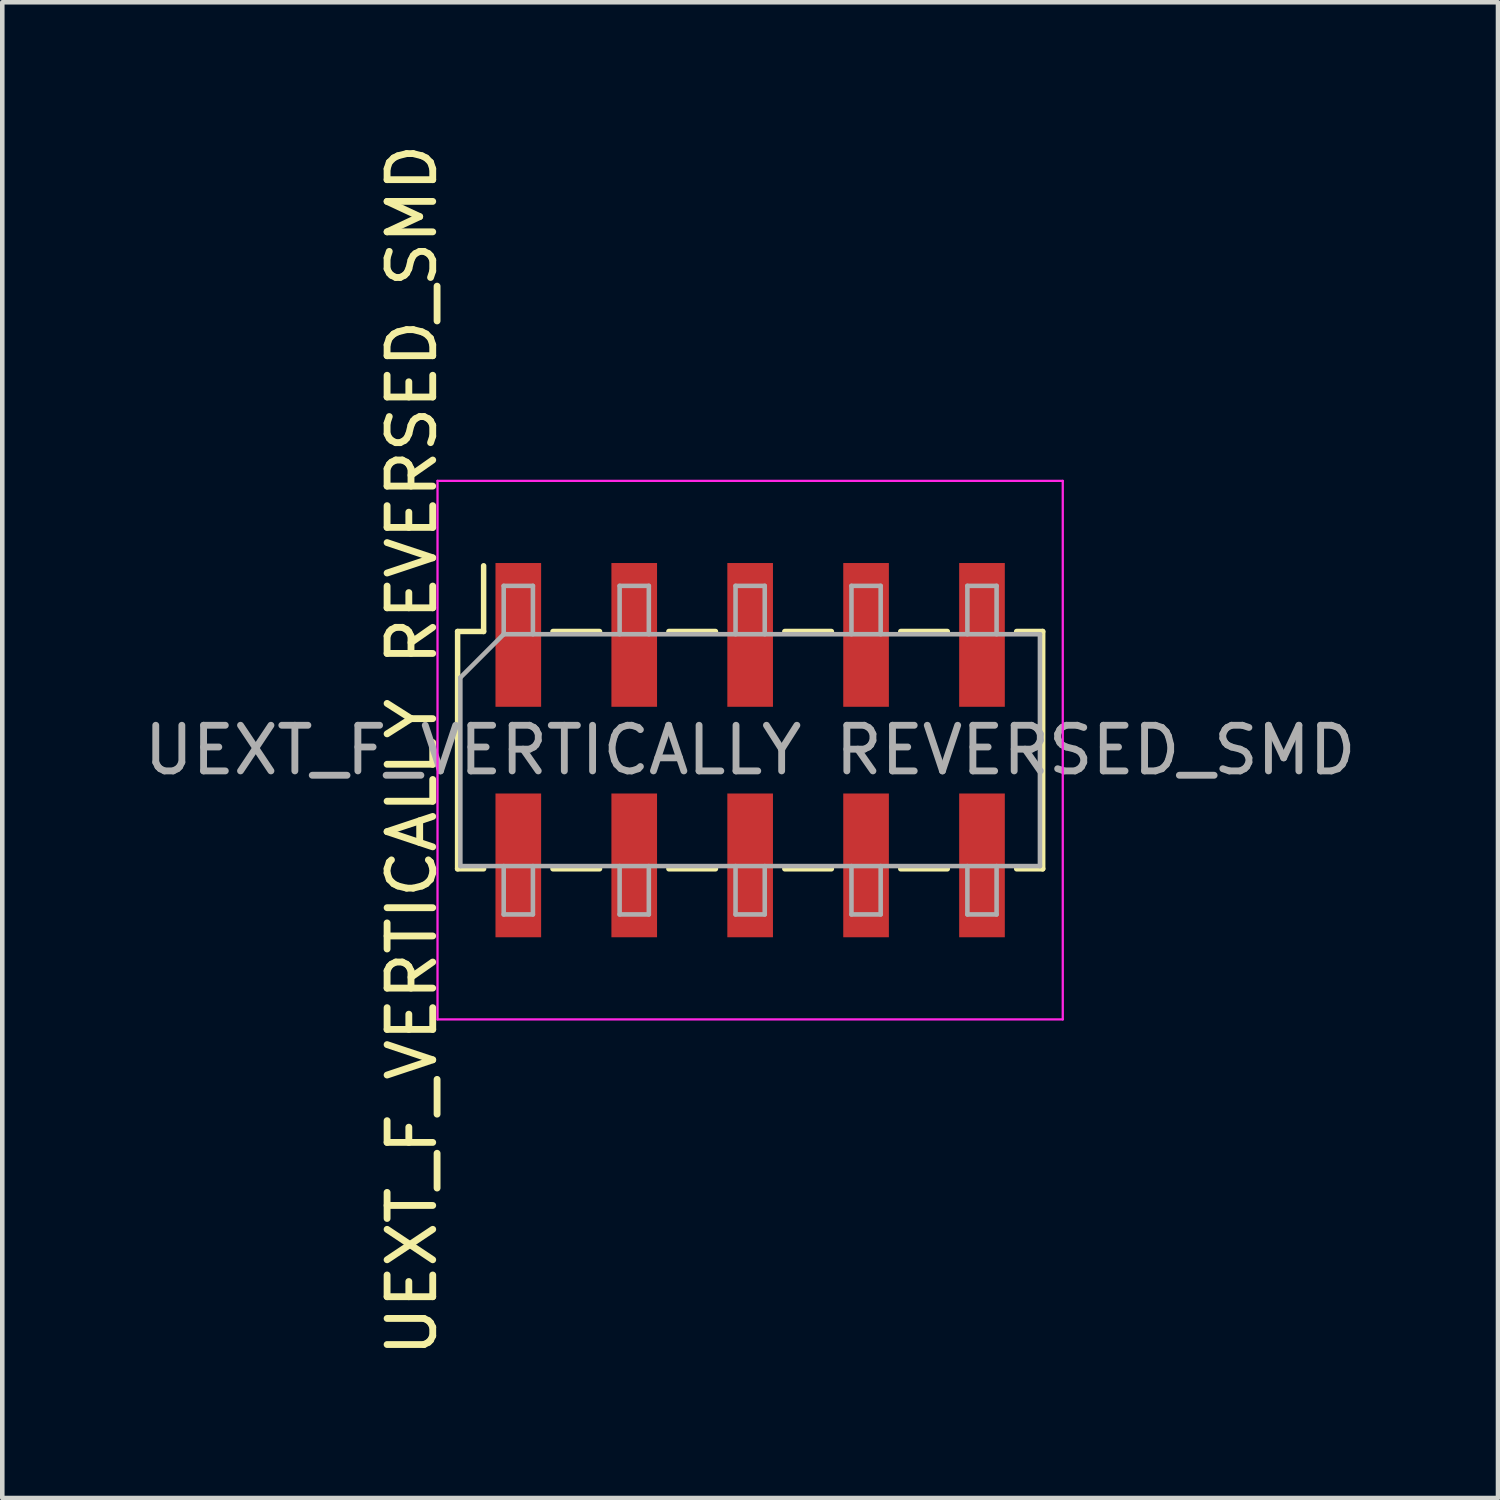
<source format=kicad_pcb>
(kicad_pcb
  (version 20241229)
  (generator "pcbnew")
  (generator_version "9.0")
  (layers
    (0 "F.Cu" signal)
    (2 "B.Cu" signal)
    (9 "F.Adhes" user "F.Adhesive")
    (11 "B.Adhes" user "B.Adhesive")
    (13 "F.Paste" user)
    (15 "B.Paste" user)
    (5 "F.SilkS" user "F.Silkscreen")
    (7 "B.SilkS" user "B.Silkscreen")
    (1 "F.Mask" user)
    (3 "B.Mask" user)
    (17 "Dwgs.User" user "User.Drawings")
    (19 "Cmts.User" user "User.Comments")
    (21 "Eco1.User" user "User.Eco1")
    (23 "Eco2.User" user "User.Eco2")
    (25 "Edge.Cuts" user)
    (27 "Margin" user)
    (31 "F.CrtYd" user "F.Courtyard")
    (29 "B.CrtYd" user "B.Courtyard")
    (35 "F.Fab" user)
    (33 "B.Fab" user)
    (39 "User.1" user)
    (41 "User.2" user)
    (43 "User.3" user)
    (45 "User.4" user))
  (footprint "UEXT_F_VERTICALLY REVERSED_SMD"
    (layer "F.Cu")
    (at 13.387 13.387)
    (property "Reference" "UEXT_F_VERTICALLY REVERSED_SMD" (at -7.41 0 90) (layer "F.SilkS") (effects (font (size 1 1) (thickness 0.15))))
    (attr smd)
    (fp_line (start -6.41 -2.6) (end -6.41 2.6) (stroke (width 0.12) (type solid)) (layer "F.SilkS"))
    (fp_line (start -6.41 -2.6) (end -5.84 -2.6) (stroke (width 0.12) (type solid)) (layer "F.SilkS"))
    (fp_line (start -6.41 2.6) (end -5.84 2.6) (stroke (width 0.12) (type solid)) (layer "F.SilkS"))
    (fp_line (start -5.84 -4.04) (end -5.84 -2.6) (stroke (width 0.12) (type solid)) (layer "F.SilkS"))
    (fp_line (start -4.32 -2.6) (end -3.3 -2.6) (stroke (width 0.12) (type solid)) (layer "F.SilkS"))
    (fp_line (start -4.32 2.6) (end -3.3 2.6) (stroke (width 0.12) (type solid)) (layer "F.SilkS"))
    (fp_line (start -1.78 -2.6) (end -0.76 -2.6) (stroke (width 0.12) (type solid)) (layer "F.SilkS"))
    (fp_line (start -1.78 2.6) (end -0.76 2.6) (stroke (width 0.12) (type solid)) (layer "F.SilkS"))
    (fp_line (start 0.76 -2.6) (end 1.78 -2.6) (stroke (width 0.12) (type solid)) (layer "F.SilkS"))
    (fp_line (start 0.76 2.6) (end 1.78 2.6) (stroke (width 0.12) (type solid)) (layer "F.SilkS"))
    (fp_line (start 3.3 -2.6) (end 4.32 -2.6) (stroke (width 0.12) (type solid)) (layer "F.SilkS"))
    (fp_line (start 3.3 2.6) (end 4.32 2.6) (stroke (width 0.12) (type solid)) (layer "F.SilkS"))
    (fp_line (start 5.84 -2.6) (end 6.41 -2.6) (stroke (width 0.12) (type solid)) (layer "F.SilkS"))
    (fp_line (start 5.84 2.6) (end 6.41 2.6) (stroke (width 0.12) (type solid)) (layer "F.SilkS"))
    (fp_line (start 6.41 -2.6) (end 6.41 2.6) (stroke (width 0.12) (type solid)) (layer "F.SilkS"))
    (fp_line (start -6.85 -5.9) (end 6.85 -5.9) (stroke (width 0.05) (type solid)) (layer "F.CrtYd"))
    (fp_line (start -6.85 5.9) (end -6.85 -5.9) (stroke (width 0.05) (type solid)) (layer "F.CrtYd"))
    (fp_line (start 6.85 -5.9) (end 6.85 5.9) (stroke (width 0.05) (type solid)) (layer "F.CrtYd"))
    (fp_line (start 6.85 5.9) (end -6.85 5.9) (stroke (width 0.05) (type solid)) (layer "F.CrtYd"))
    (fp_line (start -6.35 -1.59) (end -6.35 2.54) (stroke (width 0.1) (type solid)) (layer "F.Fab"))
    (fp_line (start -6.35 2.54) (end 6.35 2.54) (stroke (width 0.1) (type solid)) (layer "F.Fab"))
    (fp_line (start -5.4 -3.6) (end -4.76 -3.6) (stroke (width 0.1) (type solid)) (layer "F.Fab"))
    (fp_line (start -5.4 -2.54) (end -6.35 -1.59) (stroke (width 0.1) (type solid)) (layer "F.Fab"))
    (fp_line (start -5.4 -2.54) (end -5.4 -3.6) (stroke (width 0.1) (type solid)) (layer "F.Fab"))
    (fp_line (start -5.4 2.54) (end -5.4 3.6) (stroke (width 0.1) (type solid)) (layer "F.Fab"))
    (fp_line (start -5.4 3.6) (end -4.76 3.6) (stroke (width 0.1) (type solid)) (layer "F.Fab"))
    (fp_line (start -4.76 -3.6) (end -4.76 -2.54) (stroke (width 0.1) (type solid)) (layer "F.Fab"))
    (fp_line (start -4.76 3.6) (end -4.76 2.54) (stroke (width 0.1) (type solid)) (layer "F.Fab"))
    (fp_line (start -2.86 -3.6) (end -2.22 -3.6) (stroke (width 0.1) (type solid)) (layer "F.Fab"))
    (fp_line (start -2.86 -2.54) (end -2.86 -3.6) (stroke (width 0.1) (type solid)) (layer "F.Fab"))
    (fp_line (start -2.86 2.54) (end -2.86 3.6) (stroke (width 0.1) (type solid)) (layer "F.Fab"))
    (fp_line (start -2.86 3.6) (end -2.22 3.6) (stroke (width 0.1) (type solid)) (layer "F.Fab"))
    (fp_line (start -2.22 -3.6) (end -2.22 -2.54) (stroke (width 0.1) (type solid)) (layer "F.Fab"))
    (fp_line (start -2.22 3.6) (end -2.22 2.54) (stroke (width 0.1) (type solid)) (layer "F.Fab"))
    (fp_line (start -0.32 -3.6) (end 0.32 -3.6) (stroke (width 0.1) (type solid)) (layer "F.Fab"))
    (fp_line (start -0.32 -2.54) (end -0.32 -3.6) (stroke (width 0.1) (type solid)) (layer "F.Fab"))
    (fp_line (start -0.32 2.54) (end -0.32 3.6) (stroke (width 0.1) (type solid)) (layer "F.Fab"))
    (fp_line (start -0.32 3.6) (end 0.32 3.6) (stroke (width 0.1) (type solid)) (layer "F.Fab"))
    (fp_line (start 0.32 -3.6) (end 0.32 -2.54) (stroke (width 0.1) (type solid)) (layer "F.Fab"))
    (fp_line (start 0.32 3.6) (end 0.32 2.54) (stroke (width 0.1) (type solid)) (layer "F.Fab"))
    (fp_line (start 2.22 -3.6) (end 2.86 -3.6) (stroke (width 0.1) (type solid)) (layer "F.Fab"))
    (fp_line (start 2.22 -2.54) (end 2.22 -3.6) (stroke (width 0.1) (type solid)) (layer "F.Fab"))
    (fp_line (start 2.22 2.54) (end 2.22 3.6) (stroke (width 0.1) (type solid)) (layer "F.Fab"))
    (fp_line (start 2.22 3.6) (end 2.86 3.6) (stroke (width 0.1) (type solid)) (layer "F.Fab"))
    (fp_line (start 2.86 -3.6) (end 2.86 -2.54) (stroke (width 0.1) (type solid)) (layer "F.Fab"))
    (fp_line (start 2.86 3.6) (end 2.86 2.54) (stroke (width 0.1) (type solid)) (layer "F.Fab"))
    (fp_line (start 4.76 -3.6) (end 5.4 -3.6) (stroke (width 0.1) (type solid)) (layer "F.Fab"))
    (fp_line (start 4.76 -2.54) (end 4.76 -3.6) (stroke (width 0.1) (type solid)) (layer "F.Fab"))
    (fp_line (start 4.76 2.54) (end 4.76 3.6) (stroke (width 0.1) (type solid)) (layer "F.Fab"))
    (fp_line (start 4.76 3.6) (end 5.4 3.6) (stroke (width 0.1) (type solid)) (layer "F.Fab"))
    (fp_line (start 5.4 -3.6) (end 5.4 -2.54) (stroke (width 0.1) (type solid)) (layer "F.Fab"))
    (fp_line (start 5.4 3.6) (end 5.4 2.54) (stroke (width 0.1) (type solid)) (layer "F.Fab"))
    (fp_line (start 6.35 -2.54) (end -5.4 -2.54) (stroke (width 0.1) (type solid)) (layer "F.Fab"))
    (fp_line (start 6.35 2.54) (end 6.35 -2.54) (stroke (width 0.1) (type solid)) (layer "F.Fab"))
    (fp_text user "${REFERENCE}" (at 0 0 180) (layer "F.Fab") (effects (font (size 1 1) (thickness 0.15))))
    (pad "1" smd rect (at -5.08 -2.525 270) (size 3.15 1) (layers "F.Cu" "F.Mask" "F.Paste"))
    (pad "2" smd rect (at -5.08 2.525 270) (size 3.15 1) (layers "F.Cu" "F.Mask" "F.Paste"))
    (pad "3" smd rect (at -2.54 -2.525 270) (size 3.15 1) (layers "F.Cu" "F.Mask" "F.Paste"))
    (pad "4" smd rect (at -2.54 2.525 270) (size 3.15 1) (layers "F.Cu" "F.Mask" "F.Paste"))
    (pad "5" smd rect (at 0 -2.525 270) (size 3.15 1) (layers "F.Cu" "F.Mask" "F.Paste"))
    (pad "6" smd rect (at 0 2.525 270) (size 3.15 1) (layers "F.Cu" "F.Mask" "F.Paste"))
    (pad "7" smd rect (at 2.54 -2.525 270) (size 3.15 1) (layers "F.Cu" "F.Mask" "F.Paste"))
    (pad "8" smd rect (at 2.54 2.525 270) (size 3.15 1) (layers "F.Cu" "F.Mask" "F.Paste"))
    (pad "9" smd rect (at 5.08 -2.525 270) (size 3.15 1) (layers "F.Cu" "F.Mask" "F.Paste"))
    (pad "10" smd rect (at 5.08 2.525 270) (size 3.15 1) (layers "F.Cu" "F.Mask" "F.Paste")))
  (gr_rect
    (start -3 -3)
    (end 29.774 29.774)
    (stroke (width 0.1) (type default))
    (fill no)
    (layer "Edge.Cuts")))
</source>
